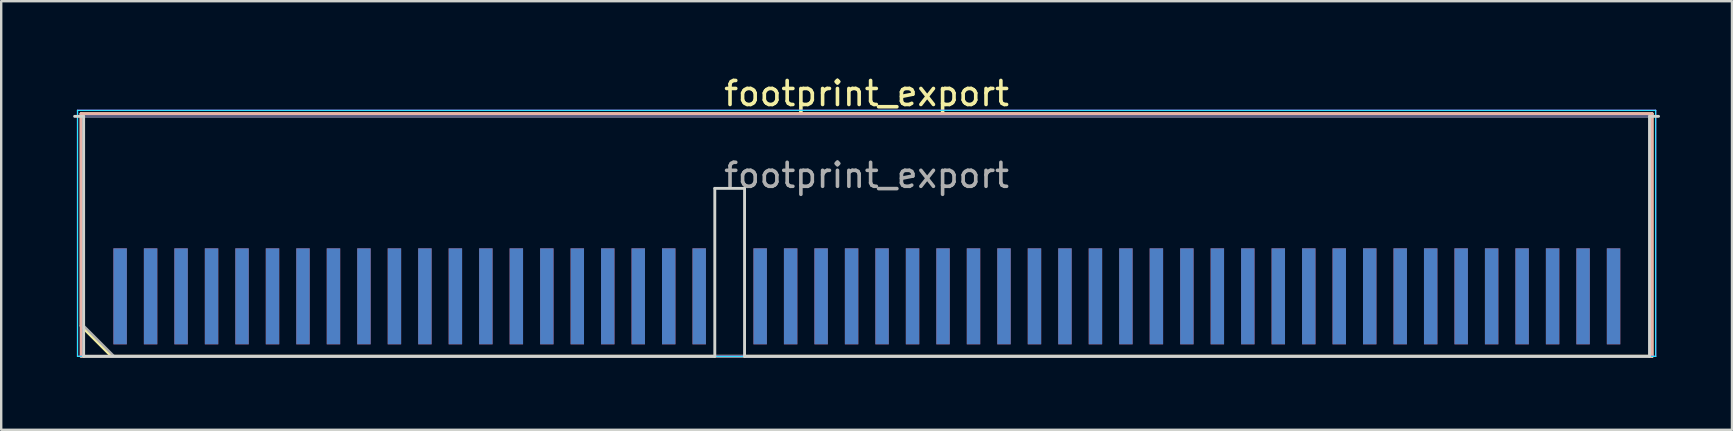
<source format=kicad_pcb>
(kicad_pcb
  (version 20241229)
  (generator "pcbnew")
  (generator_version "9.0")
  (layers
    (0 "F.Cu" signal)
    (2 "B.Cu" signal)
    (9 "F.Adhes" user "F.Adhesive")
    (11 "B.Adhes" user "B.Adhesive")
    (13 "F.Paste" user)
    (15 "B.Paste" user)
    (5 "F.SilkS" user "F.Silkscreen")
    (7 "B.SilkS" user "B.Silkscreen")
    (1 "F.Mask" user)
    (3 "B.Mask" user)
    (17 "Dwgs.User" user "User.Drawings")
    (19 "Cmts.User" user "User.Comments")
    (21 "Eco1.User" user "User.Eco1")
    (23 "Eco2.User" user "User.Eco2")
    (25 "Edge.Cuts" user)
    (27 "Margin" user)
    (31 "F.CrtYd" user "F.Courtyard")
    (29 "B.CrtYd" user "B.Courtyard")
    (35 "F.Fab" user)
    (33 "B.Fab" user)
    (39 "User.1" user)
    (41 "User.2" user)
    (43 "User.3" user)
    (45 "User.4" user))
  (footprint "footprint_export"
    (layer "F.Cu")
    (at 33.06 6.798)
    (property "Reference" "footprint_export" (at 0 -5.95 0) (layer "F.SilkS") (effects (font (size 1 1) (thickness 0.15))))
    (attr exclude_from_pos_files exclude_from_bom)
    (fp_line (start -32.73 -5.11) (end 32.73 -5.11) (stroke (width 0.12) (type solid)) (layer "F.SilkS"))
    (fp_line (start -32.73 3.73) (end -32.73 -5.11) (stroke (width 0.12) (type solid)) (layer "F.SilkS"))
    (fp_line (start -31.46 5) (end -32.73 3.73) (stroke (width 0.12) (type solid)) (layer "F.SilkS"))
    (fp_line (start -31.46 5) (end 32.73 5) (stroke (width 0.12) (type solid)) (layer "F.SilkS"))
    (fp_line (start 32.73 5) (end 32.73 -5.11) (stroke (width 0.12) (type solid)) (layer "F.SilkS"))
    (fp_line (start -32.73 -5.11) (end 32.73 -5.11) (stroke (width 0.12) (type solid)) (layer "B.SilkS"))
    (fp_line (start -32.73 5) (end -32.73 -5.11) (stroke (width 0.12) (type solid)) (layer "B.SilkS"))
    (fp_line (start -32.73 5) (end 32.73 5) (stroke (width 0.12) (type solid)) (layer "B.SilkS"))
    (fp_line (start 32.73 5) (end 32.73 -5.11) (stroke (width 0.12) (type solid)) (layer "B.SilkS"))
    (fp_line (start -33 -5) (end -32.625 -5) (stroke (width 0.12) (type solid)) (layer "Edge.Cuts"))
    (fp_line (start -32.625 5) (end -32.625 -5) (stroke (width 0.12) (type solid)) (layer "Edge.Cuts"))
    (fp_line (start -32.625 5) (end -6.325 5) (stroke (width 0.12) (type solid)) (layer "Edge.Cuts"))
    (fp_line (start -6.325 -2) (end -5.085 -2) (stroke (width 0.12) (type solid)) (layer "Edge.Cuts"))
    (fp_line (start -6.325 5) (end -6.325 -2) (stroke (width 0.12) (type solid)) (layer "Edge.Cuts"))
    (fp_line (start -5.085 5) (end -5.085 -2) (stroke (width 0.12) (type solid)) (layer "Edge.Cuts"))
    (fp_line (start -5.085 5) (end 32.625 5) (stroke (width 0.12) (type solid)) (layer "Edge.Cuts"))
    (fp_line (start 32.625 5) (end 32.625 -5) (stroke (width 0.12) (type solid)) (layer "Edge.Cuts"))
    (fp_line (start 33 -5) (end 32.625 -5) (stroke (width 0.12) (type solid)) (layer "Edge.Cuts"))
    (fp_line (start -32.88 -5.25) (end -32.88 5) (stroke (width 0.05) (type solid)) (layer "B.CrtYd"))
    (fp_line (start -32.88 5) (end 32.88 5) (stroke (width 0.05) (type solid)) (layer "B.CrtYd"))
    (fp_line (start 32.88 -5.25) (end -32.88 -5.25) (stroke (width 0.05) (type solid)) (layer "B.CrtYd"))
    (fp_line (start 32.88 5) (end 32.88 -5.25) (stroke (width 0.05) (type solid)) (layer "B.CrtYd"))
    (fp_line (start -32.88 -5.25) (end -32.88 5) (stroke (width 0.05) (type solid)) (layer "F.CrtYd"))
    (fp_line (start -32.88 5) (end 32.88 5) (stroke (width 0.05) (type solid)) (layer "F.CrtYd"))
    (fp_line (start 32.88 -5.25) (end -32.88 -5.25) (stroke (width 0.05) (type solid)) (layer "F.CrtYd"))
    (fp_line (start 32.88 5) (end 32.88 -5.25) (stroke (width 0.05) (type solid)) (layer "F.CrtYd"))
    (fp_line (start -32.625 -5) (end 32.625 -5) (stroke (width 0.1) (type solid)) (layer "B.Fab"))
    (fp_line (start -32.625 5) (end -32.625 -5) (stroke (width 0.1) (type solid)) (layer "B.Fab"))
    (fp_line (start -32.625 5) (end 32.625 5) (stroke (width 0.1) (type solid)) (layer "B.Fab"))
    (fp_line (start 32.625 5) (end 32.625 -5) (stroke (width 0.1) (type solid)) (layer "B.Fab"))
    (fp_line (start -32.625 -5) (end 32.625 -5) (stroke (width 0.1) (type solid)) (layer "F.Fab"))
    (fp_line (start -32.625 3.73) (end -32.625 -5) (stroke (width 0.1) (type solid)) (layer "F.Fab"))
    (fp_line (start -32.625 3.73) (end -31.355 5) (stroke (width 0.1) (type solid)) (layer "F.Fab"))
    (fp_line (start -31.355 5) (end 32.625 5) (stroke (width 0.1) (type solid)) (layer "F.Fab"))
    (fp_line (start 32.625 5) (end 32.625 -5) (stroke (width 0.1) (type solid)) (layer "F.Fab"))
    (fp_text user "${REFERENCE}" (at 0 -2.54 0) (layer "F.Fab") (effects (font (size 1 1) (thickness 0.15))))
    (pad "1" connect rect (at -31.105 2.5) (size 0.56 4) (layers "F.Cu" "F.Mask"))
    (pad "2" connect rect (at -31.105 2.5) (size 0.56 4) (layers "B.Cu" "B.Mask"))
    (pad "3" connect rect (at -29.835 2.5) (size 0.56 4) (layers "F.Cu" "F.Mask"))
    (pad "4" connect rect (at -29.835 2.5) (size 0.56 4) (layers "B.Cu" "B.Mask"))
    (pad "5" connect rect (at -28.565 2.5) (size 0.56 4) (layers "F.Cu" "F.Mask"))
    (pad "6" connect rect (at -28.565 2.5) (size 0.56 4) (layers "B.Cu" "B.Mask"))
    (pad "7" connect rect (at -27.295 2.5) (size 0.56 4) (layers "F.Cu" "F.Mask"))
    (pad "8" connect rect (at -27.295 2.5) (size 0.56 4) (layers "B.Cu" "B.Mask"))
    (pad "9" connect rect (at -26.025 2.5) (size 0.56 4) (layers "F.Cu" "F.Mask"))
    (pad "10" connect rect (at -26.025 2.5) (size 0.56 4) (layers "B.Cu" "B.Mask"))
    (pad "11" connect rect (at -24.755 2.5) (size 0.56 4) (layers "F.Cu" "F.Mask"))
    (pad "12" connect rect (at -24.755 2.5) (size 0.56 4) (layers "B.Cu" "B.Mask"))
    (pad "13" connect rect (at -23.485 2.5) (size 0.56 4) (layers "F.Cu" "F.Mask"))
    (pad "14" connect rect (at -23.485 2.5) (size 0.56 4) (layers "B.Cu" "B.Mask"))
    (pad "15" connect rect (at -22.215 2.5) (size 0.56 4) (layers "F.Cu" "F.Mask"))
    (pad "16" connect rect (at -22.215 2.5) (size 0.56 4) (layers "B.Cu" "B.Mask"))
    (pad "17" connect rect (at -20.945 2.5) (size 0.56 4) (layers "F.Cu" "F.Mask"))
    (pad "18" connect rect (at -20.945 2.5) (size 0.56 4) (layers "B.Cu" "B.Mask"))
    (pad "19" connect rect (at -19.675 2.5) (size 0.56 4) (layers "F.Cu" "F.Mask"))
    (pad "20" connect rect (at -19.675 2.5) (size 0.56 4) (layers "B.Cu" "B.Mask"))
    (pad "21" connect rect (at -18.405 2.5) (size 0.56 4) (layers "F.Cu" "F.Mask"))
    (pad "22" connect rect (at -18.405 2.5) (size 0.56 4) (layers "B.Cu" "B.Mask"))
    (pad "23" connect rect (at -17.135 2.5) (size 0.56 4) (layers "F.Cu" "F.Mask"))
    (pad "24" connect rect (at -17.135 2.5) (size 0.56 4) (layers "B.Cu" "B.Mask"))
    (pad "25" connect rect (at -15.865 2.5) (size 0.56 4) (layers "F.Cu" "F.Mask"))
    (pad "26" connect rect (at -15.865 2.5) (size 0.56 4) (layers "B.Cu" "B.Mask"))
    (pad "27" connect rect (at -14.595 2.5) (size 0.56 4) (layers "F.Cu" "F.Mask"))
    (pad "28" connect rect (at -14.595 2.5) (size 0.56 4) (layers "B.Cu" "B.Mask"))
    (pad "29" connect rect (at -13.325 2.5) (size 0.56 4) (layers "F.Cu" "F.Mask"))
    (pad "30" connect rect (at -13.325 2.5) (size 0.56 4) (layers "B.Cu" "B.Mask"))
    (pad "31" connect rect (at -12.055 2.5) (size 0.56 4) (layers "F.Cu" "F.Mask"))
    (pad "32" connect rect (at -12.055 2.5) (size 0.56 4) (layers "B.Cu" "B.Mask"))
    (pad "33" connect rect (at -10.785 2.5) (size 0.56 4) (layers "F.Cu" "F.Mask"))
    (pad "34" connect rect (at -10.785 2.5) (size 0.56 4) (layers "B.Cu" "B.Mask"))
    (pad "35" connect rect (at -9.515 2.5) (size 0.56 4) (layers "F.Cu" "F.Mask"))
    (pad "36" connect rect (at -9.515 2.5) (size 0.56 4) (layers "B.Cu" "B.Mask"))
    (pad "37" connect rect (at -8.245 2.5) (size 0.56 4) (layers "F.Cu" "F.Mask"))
    (pad "38" connect rect (at -8.245 2.5) (size 0.56 4) (layers "B.Cu" "B.Mask"))
    (pad "39" connect rect (at -6.975 2.5) (size 0.56 4) (layers "F.Cu" "F.Mask"))
    (pad "40" connect rect (at -6.975 2.5) (size 0.56 4) (layers "B.Cu" "B.Mask"))
    (pad "43" connect rect (at -4.435 2.5) (size 0.56 4) (layers "F.Cu" "F.Mask"))
    (pad "44" connect rect (at -4.435 2.5) (size 0.56 4) (layers "B.Cu" "B.Mask"))
    (pad "45" connect rect (at -3.165 2.5) (size 0.56 4) (layers "F.Cu" "F.Mask"))
    (pad "46" connect rect (at -3.165 2.5) (size 0.56 4) (layers "B.Cu" "B.Mask"))
    (pad "47" connect rect (at -1.895 2.5) (size 0.56 4) (layers "F.Cu" "F.Mask"))
    (pad "48" connect rect (at -1.895 2.5) (size 0.56 4) (layers "B.Cu" "B.Mask"))
    (pad "49" connect rect (at -0.625 2.5) (size 0.56 4) (layers "F.Cu" "F.Mask"))
    (pad "50" connect rect (at -0.625 2.5) (size 0.56 4) (layers "B.Cu" "B.Mask"))
    (pad "51" connect rect (at 0.645 2.5) (size 0.56 4) (layers "F.Cu" "F.Mask"))
    (pad "52" connect rect (at 0.645 2.5) (size 0.56 4) (layers "B.Cu" "B.Mask"))
    (pad "53" connect rect (at 1.915 2.5) (size 0.56 4) (layers "F.Cu" "F.Mask"))
    (pad "54" connect rect (at 1.915 2.5) (size 0.56 4) (layers "B.Cu" "B.Mask"))
    (pad "55" connect rect (at 3.185 2.5) (size 0.56 4) (layers "F.Cu" "F.Mask"))
    (pad "56" connect rect (at 3.185 2.5) (size 0.56 4) (layers "B.Cu" "B.Mask"))
    (pad "57" connect rect (at 4.455 2.5) (size 0.56 4) (layers "F.Cu" "F.Mask"))
    (pad "58" connect rect (at 4.455 2.5) (size 0.56 4) (layers "B.Cu" "B.Mask"))
    (pad "59" connect rect (at 5.725 2.5) (size 0.56 4) (layers "F.Cu" "F.Mask"))
    (pad "60" connect rect (at 5.725 2.5) (size 0.56 4) (layers "B.Cu" "B.Mask"))
    (pad "61" connect rect (at 6.995 2.5) (size 0.56 4) (layers "F.Cu" "F.Mask"))
    (pad "62" connect rect (at 6.995 2.5) (size 0.56 4) (layers "B.Cu" "B.Mask"))
    (pad "63" connect rect (at 8.265 2.5) (size 0.56 4) (layers "F.Cu" "F.Mask"))
    (pad "64" connect rect (at 8.265 2.5) (size 0.56 4) (layers "B.Cu" "B.Mask"))
    (pad "65" connect rect (at 9.535 2.5) (size 0.56 4) (layers "F.Cu" "F.Mask"))
    (pad "66" connect rect (at 9.535 2.5) (size 0.56 4) (layers "B.Cu" "B.Mask"))
    (pad "67" connect rect (at 10.805 2.5) (size 0.56 4) (layers "F.Cu" "F.Mask"))
    (pad "68" connect rect (at 10.805 2.5) (size 0.56 4) (layers "B.Cu" "B.Mask"))
    (pad "69" connect rect (at 12.075 2.5) (size 0.56 4) (layers "F.Cu" "F.Mask"))
    (pad "70" connect rect (at 12.075 2.5) (size 0.56 4) (layers "B.Cu" "B.Mask"))
    (pad "71" connect rect (at 13.345 2.5) (size 0.56 4) (layers "F.Cu" "F.Mask"))
    (pad "72" connect rect (at 13.345 2.5) (size 0.56 4) (layers "B.Cu" "B.Mask"))
    (pad "73" connect rect (at 14.615 2.5) (size 0.56 4) (layers "F.Cu" "F.Mask"))
    (pad "74" connect rect (at 14.615 2.5) (size 0.56 4) (layers "B.Cu" "B.Mask"))
    (pad "75" connect rect (at 15.885 2.5) (size 0.56 4) (layers "F.Cu" "F.Mask"))
    (pad "76" connect rect (at 15.885 2.5) (size 0.56 4) (layers "B.Cu" "B.Mask"))
    (pad "77" connect rect (at 17.155 2.5) (size 0.56 4) (layers "F.Cu" "F.Mask"))
    (pad "78" connect rect (at 17.155 2.5) (size 0.56 4) (layers "B.Cu" "B.Mask"))
    (pad "79" connect rect (at 18.425 2.5) (size 0.56 4) (layers "F.Cu" "F.Mask"))
    (pad "80" connect rect (at 18.425 2.5) (size 0.56 4) (layers "B.Cu" "B.Mask"))
    (pad "81" connect rect (at 19.695 2.5) (size 0.56 4) (layers "F.Cu" "F.Mask"))
    (pad "82" connect rect (at 19.695 2.5) (size 0.56 4) (layers "B.Cu" "B.Mask"))
    (pad "83" connect rect (at 20.965 2.5) (size 0.56 4) (layers "F.Cu" "F.Mask"))
    (pad "84" connect rect (at 20.965 2.5) (size 0.56 4) (layers "B.Cu" "B.Mask"))
    (pad "85" connect rect (at 22.235 2.5) (size 0.56 4) (layers "F.Cu" "F.Mask"))
    (pad "86" connect rect (at 22.235 2.5) (size 0.56 4) (layers "B.Cu" "B.Mask"))
    (pad "87" connect rect (at 23.505 2.5) (size 0.56 4) (layers "F.Cu" "F.Mask"))
    (pad "88" connect rect (at 23.505 2.5) (size 0.56 4) (layers "B.Cu" "B.Mask"))
    (pad "89" connect rect (at 24.775 2.5) (size 0.56 4) (layers "F.Cu" "F.Mask"))
    (pad "90" connect rect (at 24.775 2.5) (size 0.56 4) (layers "B.Cu" "B.Mask"))
    (pad "91" connect rect (at 26.045 2.5) (size 0.56 4) (layers "F.Cu" "F.Mask"))
    (pad "92" connect rect (at 26.045 2.5) (size 0.56 4) (layers "B.Cu" "B.Mask"))
    (pad "93" connect rect (at 27.315 2.5) (size 0.56 4) (layers "F.Cu" "F.Mask"))
    (pad "94" connect rect (at 27.315 2.5) (size 0.56 4) (layers "B.Cu" "B.Mask"))
    (pad "95" connect rect (at 28.585 2.5) (size 0.56 4) (layers "F.Cu" "F.Mask"))
    (pad "96" connect rect (at 28.585 2.5) (size 0.56 4) (layers "B.Cu" "B.Mask"))
    (pad "97" connect rect (at 29.855 2.5) (size 0.56 4) (layers "F.Cu" "F.Mask"))
    (pad "98" connect rect (at 29.855 2.5) (size 0.56 4) (layers "B.Cu" "B.Mask"))
    (pad "99" connect rect (at 31.125 2.5) (size 0.56 4) (layers "F.Cu" "F.Mask"))
    (pad "100" connect rect (at 31.125 2.5) (size 0.56 4) (layers "B.Cu" "B.Mask")))
  (gr_rect
    (start -3 -3)
    (end 69.12 14.858)
    (stroke (width 0.1) (type default))
    (fill no)
    (layer "Edge.Cuts")))
</source>
